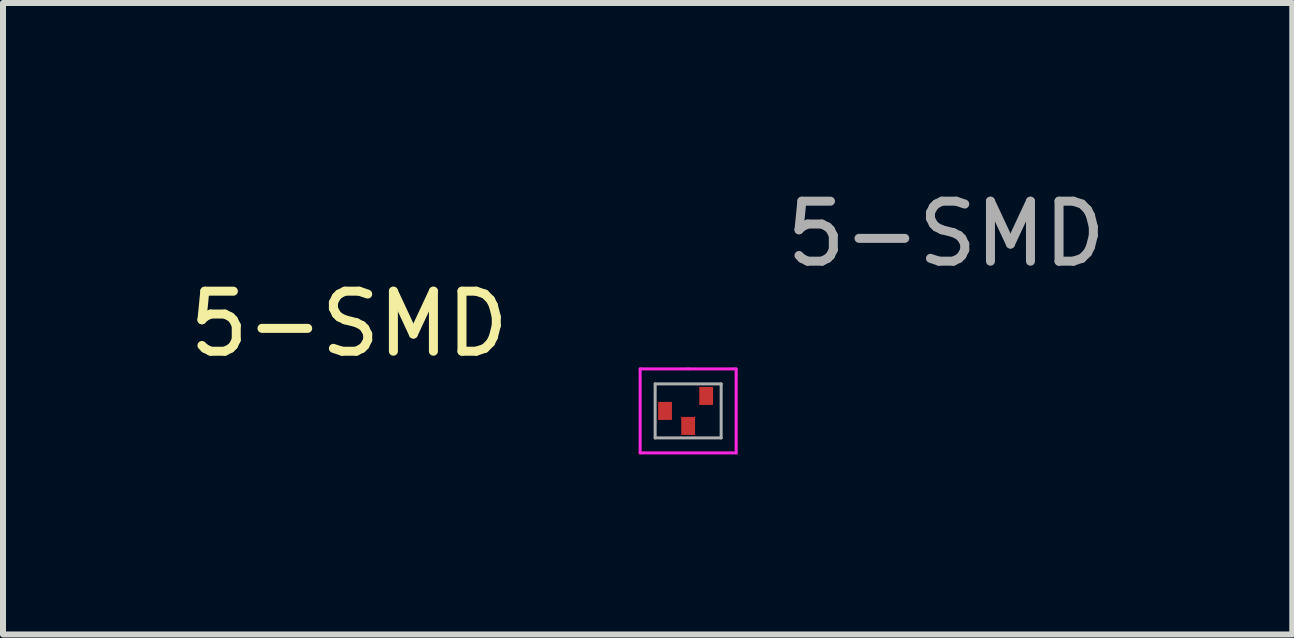
<source format=kicad_pcb>
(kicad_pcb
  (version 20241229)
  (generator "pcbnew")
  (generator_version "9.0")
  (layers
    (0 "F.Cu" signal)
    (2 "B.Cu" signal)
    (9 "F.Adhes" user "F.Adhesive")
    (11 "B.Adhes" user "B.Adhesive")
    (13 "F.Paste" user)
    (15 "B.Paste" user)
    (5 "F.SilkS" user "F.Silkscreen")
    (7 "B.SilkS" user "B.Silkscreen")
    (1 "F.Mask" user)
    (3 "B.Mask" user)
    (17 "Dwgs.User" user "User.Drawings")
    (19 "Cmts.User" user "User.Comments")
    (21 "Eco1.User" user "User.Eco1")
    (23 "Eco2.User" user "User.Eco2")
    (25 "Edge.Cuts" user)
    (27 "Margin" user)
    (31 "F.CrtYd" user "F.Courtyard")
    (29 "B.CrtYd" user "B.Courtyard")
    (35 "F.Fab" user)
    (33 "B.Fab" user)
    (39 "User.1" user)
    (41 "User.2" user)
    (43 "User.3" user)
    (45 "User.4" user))
  (footprint "5-SMD"
    (layer "F.Cu")
    (at 8.418 3.798)
    (property "Reference" "5-SMD" (at -5.65 -1.45 0) (unlocked yes) (layer "F.SilkS") (effects (font (size 1 1) (thickness 0.15))))
    (attr smd)
    (fp_line (start -0.8 -0.7) (end 0 -0.7) (stroke (width 0.05) (type solid)) (layer "F.CrtYd"))
    (fp_line (start -0.8 0.7) (end -0.8 -0.7) (stroke (width 0.05) (type solid)) (layer "F.CrtYd"))
    (fp_line (start 0 -0.7) (end 0.8 -0.7) (stroke (width 0.05) (type solid)) (layer "F.CrtYd"))
    (fp_line (start 0.8 -0.7) (end 0.8 0.7) (stroke (width 0.05) (type solid)) (layer "F.CrtYd"))
    (fp_line (start 0.8 0.7) (end -0.8 0.7) (stroke (width 0.05) (type solid)) (layer "F.CrtYd"))
    (fp_line (start -0.55 -0.45) (end 0.55 -0.45) (stroke (width 0.05) (type solid)) (layer "F.Fab"))
    (fp_line (start -0.55 0.45) (end -0.55 -0.45) (stroke (width 0.05) (type solid)) (layer "F.Fab"))
    (fp_line (start 0.55 -0.45) (end 0.55 0.45) (stroke (width 0.05) (type solid)) (layer "F.Fab"))
    (fp_line (start 0.55 0.45) (end -0.55 0.45) (stroke (width 0.05) (type solid)) (layer "F.Fab"))
    (fp_text user "${REFERENCE}" (at 4.3 -2.95 0) (unlocked yes) (layer "F.Fab") (effects (font (size 1 1) (thickness 0.15))))
    (pad "1" smd rect (at -0.385 0) (size 0.23 0.3) (layers "F.Cu" "F.Mask" "F.Paste"))
    (pad "2" smd rect (at 0 0.25) (size 0.23 0.3) (layers "F.Cu" "F.Mask" "F.Paste"))
    (pad "3" smd rect (at 0.3 -0.25) (size 0.23 0.3) (layers "F.Cu" "F.Mask" "F.Paste")))
  (gr_rect
    (start -3 -3)
    (end 18.486 7.523)
    (stroke (width 0.1) (type default))
    (fill no)
    (layer "Edge.Cuts")))
</source>
